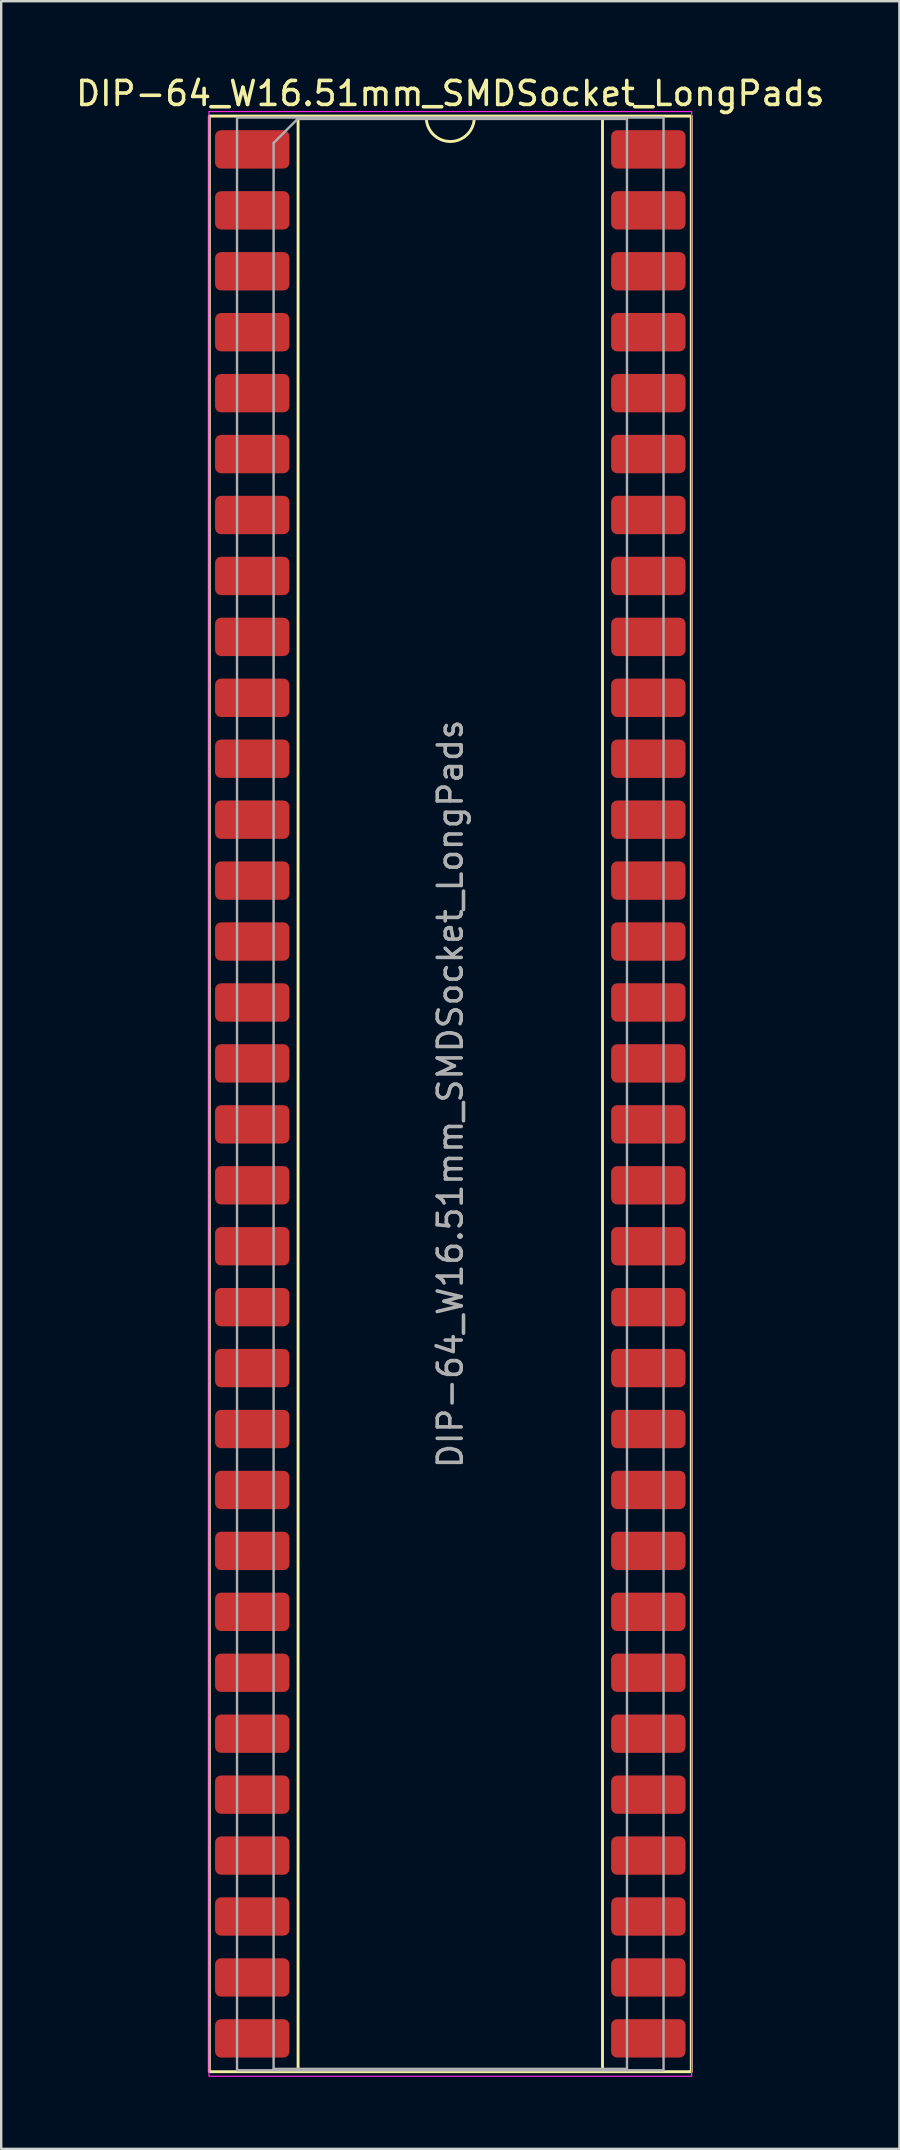
<source format=kicad_pcb>
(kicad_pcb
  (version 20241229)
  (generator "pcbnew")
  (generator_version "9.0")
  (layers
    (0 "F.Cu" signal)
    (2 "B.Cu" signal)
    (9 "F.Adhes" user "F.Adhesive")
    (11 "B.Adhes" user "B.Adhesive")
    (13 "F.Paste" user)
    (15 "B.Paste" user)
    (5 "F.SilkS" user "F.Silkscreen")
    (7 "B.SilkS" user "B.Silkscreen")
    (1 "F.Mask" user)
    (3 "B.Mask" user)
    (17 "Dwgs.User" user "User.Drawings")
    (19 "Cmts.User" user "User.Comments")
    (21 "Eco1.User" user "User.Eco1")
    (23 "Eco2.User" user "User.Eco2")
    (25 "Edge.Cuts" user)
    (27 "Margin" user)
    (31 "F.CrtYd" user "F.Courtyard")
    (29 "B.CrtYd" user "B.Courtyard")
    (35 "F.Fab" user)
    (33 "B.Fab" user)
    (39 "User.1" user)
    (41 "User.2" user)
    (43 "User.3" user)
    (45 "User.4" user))
  (footprint "DIP-64_W16.51mm_SMDSocket_LongPads"
    (layer "F.Cu")
    (at 15.72 42.548)
    (property "Reference" "DIP-64_W16.51mm_SMDSocket_LongPads" (at 0 -41.7 0) (layer "F.SilkS") (effects (font (size 1 1) (thickness 0.15))))
    (attr smd)
    (fp_line (start -6.345 -40.7) (end -6.345 40.7) (stroke (width 0.12) (type solid)) (layer "F.SilkS"))
    (fp_line (start -6.345 40.7) (end 6.345 40.7) (stroke (width 0.12) (type solid)) (layer "F.SilkS"))
    (fp_line (start -1 -40.7) (end -6.345 -40.7) (stroke (width 0.12) (type solid)) (layer "F.SilkS"))
    (fp_line (start 6.345 -40.7) (end 1 -40.7) (stroke (width 0.12) (type solid)) (layer "F.SilkS"))
    (fp_line (start 6.345 40.7) (end 6.345 -40.7) (stroke (width 0.12) (type solid)) (layer "F.SilkS"))
    (fp_rect (start -10.045 -40.76) (end 10.045 40.76) (stroke (width 0.12) (type solid)) (fill no) (layer "F.SilkS"))
    (fp_arc (start 1 -40.7) (mid 0 -39.7) (end -1 -40.7) (stroke (width 0.12) (type solid)) (layer "F.SilkS"))
    (fp_rect (start -10.06 -40.95) (end 10.06 40.95) (stroke (width 0.05) (type solid)) (fill no) (layer "F.CrtYd"))
    (fp_line (start -7.365 -39.64) (end -6.365 -40.64) (stroke (width 0.1) (type solid)) (layer "F.Fab"))
    (fp_line (start -7.365 40.64) (end -7.365 -39.64) (stroke (width 0.1) (type solid)) (layer "F.Fab"))
    (fp_line (start -6.365 -40.64) (end 7.365 -40.64) (stroke (width 0.1) (type solid)) (layer "F.Fab"))
    (fp_line (start 7.365 -40.64) (end 7.365 40.64) (stroke (width 0.1) (type solid)) (layer "F.Fab"))
    (fp_line (start 7.365 40.64) (end -7.365 40.64) (stroke (width 0.1) (type solid)) (layer "F.Fab"))
    (fp_rect (start -8.89 -40.7) (end 8.89 40.7) (stroke (width 0.1) (type solid)) (fill no) (layer "F.Fab"))
    (fp_text user "${REFERENCE}" (at 0 0 90) (layer "F.Fab") (effects (font (size 1 1) (thickness 0.15))))
    (pad "1" smd roundrect (at -8.255 -39.37) (size 3.1 1.6) (layers "F.Cu" "F.Mask" "F.Paste") (roundrect_rratio 0.156))
    (pad "2" smd roundrect (at -8.255 -36.83) (size 3.1 1.6) (layers "F.Cu" "F.Mask" "F.Paste") (roundrect_rratio 0.156))
    (pad "3" smd roundrect (at -8.255 -34.29) (size 3.1 1.6) (layers "F.Cu" "F.Mask" "F.Paste") (roundrect_rratio 0.156))
    (pad "4" smd roundrect (at -8.255 -31.75) (size 3.1 1.6) (layers "F.Cu" "F.Mask" "F.Paste") (roundrect_rratio 0.156))
    (pad "5" smd roundrect (at -8.255 -29.21) (size 3.1 1.6) (layers "F.Cu" "F.Mask" "F.Paste") (roundrect_rratio 0.156))
    (pad "6" smd roundrect (at -8.255 -26.67) (size 3.1 1.6) (layers "F.Cu" "F.Mask" "F.Paste") (roundrect_rratio 0.156))
    (pad "7" smd roundrect (at -8.255 -24.13) (size 3.1 1.6) (layers "F.Cu" "F.Mask" "F.Paste") (roundrect_rratio 0.156))
    (pad "8" smd roundrect (at -8.255 -21.59) (size 3.1 1.6) (layers "F.Cu" "F.Mask" "F.Paste") (roundrect_rratio 0.156))
    (pad "9" smd roundrect (at -8.255 -19.05) (size 3.1 1.6) (layers "F.Cu" "F.Mask" "F.Paste") (roundrect_rratio 0.156))
    (pad "10" smd roundrect (at -8.255 -16.51) (size 3.1 1.6) (layers "F.Cu" "F.Mask" "F.Paste") (roundrect_rratio 0.156))
    (pad "11" smd roundrect (at -8.255 -13.97) (size 3.1 1.6) (layers "F.Cu" "F.Mask" "F.Paste") (roundrect_rratio 0.156))
    (pad "12" smd roundrect (at -8.255 -11.43) (size 3.1 1.6) (layers "F.Cu" "F.Mask" "F.Paste") (roundrect_rratio 0.156))
    (pad "13" smd roundrect (at -8.255 -8.89) (size 3.1 1.6) (layers "F.Cu" "F.Mask" "F.Paste") (roundrect_rratio 0.156))
    (pad "14" smd roundrect (at -8.255 -6.35) (size 3.1 1.6) (layers "F.Cu" "F.Mask" "F.Paste") (roundrect_rratio 0.156))
    (pad "15" smd roundrect (at -8.255 -3.81) (size 3.1 1.6) (layers "F.Cu" "F.Mask" "F.Paste") (roundrect_rratio 0.156))
    (pad "16" smd roundrect (at -8.255 -1.27) (size 3.1 1.6) (layers "F.Cu" "F.Mask" "F.Paste") (roundrect_rratio 0.156))
    (pad "17" smd roundrect (at -8.255 1.27) (size 3.1 1.6) (layers "F.Cu" "F.Mask" "F.Paste") (roundrect_rratio 0.156))
    (pad "18" smd roundrect (at -8.255 3.81) (size 3.1 1.6) (layers "F.Cu" "F.Mask" "F.Paste") (roundrect_rratio 0.156))
    (pad "19" smd roundrect (at -8.255 6.35) (size 3.1 1.6) (layers "F.Cu" "F.Mask" "F.Paste") (roundrect_rratio 0.156))
    (pad "20" smd roundrect (at -8.255 8.89) (size 3.1 1.6) (layers "F.Cu" "F.Mask" "F.Paste") (roundrect_rratio 0.156))
    (pad "21" smd roundrect (at -8.255 11.43) (size 3.1 1.6) (layers "F.Cu" "F.Mask" "F.Paste") (roundrect_rratio 0.156))
    (pad "22" smd roundrect (at -8.255 13.97) (size 3.1 1.6) (layers "F.Cu" "F.Mask" "F.Paste") (roundrect_rratio 0.156))
    (pad "23" smd roundrect (at -8.255 16.51) (size 3.1 1.6) (layers "F.Cu" "F.Mask" "F.Paste") (roundrect_rratio 0.156))
    (pad "24" smd roundrect (at -8.255 19.05) (size 3.1 1.6) (layers "F.Cu" "F.Mask" "F.Paste") (roundrect_rratio 0.156))
    (pad "25" smd roundrect (at -8.255 21.59) (size 3.1 1.6) (layers "F.Cu" "F.Mask" "F.Paste") (roundrect_rratio 0.156))
    (pad "26" smd roundrect (at -8.255 24.13) (size 3.1 1.6) (layers "F.Cu" "F.Mask" "F.Paste") (roundrect_rratio 0.156))
    (pad "27" smd roundrect (at -8.255 26.67) (size 3.1 1.6) (layers "F.Cu" "F.Mask" "F.Paste") (roundrect_rratio 0.156))
    (pad "28" smd roundrect (at -8.255 29.21) (size 3.1 1.6) (layers "F.Cu" "F.Mask" "F.Paste") (roundrect_rratio 0.156))
    (pad "29" smd roundrect (at -8.255 31.75) (size 3.1 1.6) (layers "F.Cu" "F.Mask" "F.Paste") (roundrect_rratio 0.156))
    (pad "30" smd roundrect (at -8.255 34.29) (size 3.1 1.6) (layers "F.Cu" "F.Mask" "F.Paste") (roundrect_rratio 0.156))
    (pad "31" smd roundrect (at -8.255 36.83) (size 3.1 1.6) (layers "F.Cu" "F.Mask" "F.Paste") (roundrect_rratio 0.156))
    (pad "32" smd roundrect (at -8.255 39.37) (size 3.1 1.6) (layers "F.Cu" "F.Mask" "F.Paste") (roundrect_rratio 0.156))
    (pad "33" smd roundrect (at 8.255 39.37) (size 3.1 1.6) (layers "F.Cu" "F.Mask" "F.Paste") (roundrect_rratio 0.156))
    (pad "34" smd roundrect (at 8.255 36.83) (size 3.1 1.6) (layers "F.Cu" "F.Mask" "F.Paste") (roundrect_rratio 0.156))
    (pad "35" smd roundrect (at 8.255 34.29) (size 3.1 1.6) (layers "F.Cu" "F.Mask" "F.Paste") (roundrect_rratio 0.156))
    (pad "36" smd roundrect (at 8.255 31.75) (size 3.1 1.6) (layers "F.Cu" "F.Mask" "F.Paste") (roundrect_rratio 0.156))
    (pad "37" smd roundrect (at 8.255 29.21) (size 3.1 1.6) (layers "F.Cu" "F.Mask" "F.Paste") (roundrect_rratio 0.156))
    (pad "38" smd roundrect (at 8.255 26.67) (size 3.1 1.6) (layers "F.Cu" "F.Mask" "F.Paste") (roundrect_rratio 0.156))
    (pad "39" smd roundrect (at 8.255 24.13) (size 3.1 1.6) (layers "F.Cu" "F.Mask" "F.Paste") (roundrect_rratio 0.156))
    (pad "40" smd roundrect (at 8.255 21.59) (size 3.1 1.6) (layers "F.Cu" "F.Mask" "F.Paste") (roundrect_rratio 0.156))
    (pad "41" smd roundrect (at 8.255 19.05) (size 3.1 1.6) (layers "F.Cu" "F.Mask" "F.Paste") (roundrect_rratio 0.156))
    (pad "42" smd roundrect (at 8.255 16.51) (size 3.1 1.6) (layers "F.Cu" "F.Mask" "F.Paste") (roundrect_rratio 0.156))
    (pad "43" smd roundrect (at 8.255 13.97) (size 3.1 1.6) (layers "F.Cu" "F.Mask" "F.Paste") (roundrect_rratio 0.156))
    (pad "44" smd roundrect (at 8.255 11.43) (size 3.1 1.6) (layers "F.Cu" "F.Mask" "F.Paste") (roundrect_rratio 0.156))
    (pad "45" smd roundrect (at 8.255 8.89) (size 3.1 1.6) (layers "F.Cu" "F.Mask" "F.Paste") (roundrect_rratio 0.156))
    (pad "46" smd roundrect (at 8.255 6.35) (size 3.1 1.6) (layers "F.Cu" "F.Mask" "F.Paste") (roundrect_rratio 0.156))
    (pad "47" smd roundrect (at 8.255 3.81) (size 3.1 1.6) (layers "F.Cu" "F.Mask" "F.Paste") (roundrect_rratio 0.156))
    (pad "48" smd roundrect (at 8.255 1.27) (size 3.1 1.6) (layers "F.Cu" "F.Mask" "F.Paste") (roundrect_rratio 0.156))
    (pad "49" smd roundrect (at 8.255 -1.27) (size 3.1 1.6) (layers "F.Cu" "F.Mask" "F.Paste") (roundrect_rratio 0.156))
    (pad "50" smd roundrect (at 8.255 -3.81) (size 3.1 1.6) (layers "F.Cu" "F.Mask" "F.Paste") (roundrect_rratio 0.156))
    (pad "51" smd roundrect (at 8.255 -6.35) (size 3.1 1.6) (layers "F.Cu" "F.Mask" "F.Paste") (roundrect_rratio 0.156))
    (pad "52" smd roundrect (at 8.255 -8.89) (size 3.1 1.6) (layers "F.Cu" "F.Mask" "F.Paste") (roundrect_rratio 0.156))
    (pad "53" smd roundrect (at 8.255 -11.43) (size 3.1 1.6) (layers "F.Cu" "F.Mask" "F.Paste") (roundrect_rratio 0.156))
    (pad "54" smd roundrect (at 8.255 -13.97) (size 3.1 1.6) (layers "F.Cu" "F.Mask" "F.Paste") (roundrect_rratio 0.156))
    (pad "55" smd roundrect (at 8.255 -16.51) (size 3.1 1.6) (layers "F.Cu" "F.Mask" "F.Paste") (roundrect_rratio 0.156))
    (pad "56" smd roundrect (at 8.255 -19.05) (size 3.1 1.6) (layers "F.Cu" "F.Mask" "F.Paste") (roundrect_rratio 0.156))
    (pad "57" smd roundrect (at 8.255 -21.59) (size 3.1 1.6) (layers "F.Cu" "F.Mask" "F.Paste") (roundrect_rratio 0.156))
    (pad "58" smd roundrect (at 8.255 -24.13) (size 3.1 1.6) (layers "F.Cu" "F.Mask" "F.Paste") (roundrect_rratio 0.156))
    (pad "59" smd roundrect (at 8.255 -26.67) (size 3.1 1.6) (layers "F.Cu" "F.Mask" "F.Paste") (roundrect_rratio 0.156))
    (pad "60" smd roundrect (at 8.255 -29.21) (size 3.1 1.6) (layers "F.Cu" "F.Mask" "F.Paste") (roundrect_rratio 0.156))
    (pad "61" smd roundrect (at 8.255 -31.75) (size 3.1 1.6) (layers "F.Cu" "F.Mask" "F.Paste") (roundrect_rratio 0.156))
    (pad "62" smd roundrect (at 8.255 -34.29) (size 3.1 1.6) (layers "F.Cu" "F.Mask" "F.Paste") (roundrect_rratio 0.156))
    (pad "63" smd roundrect (at 8.255 -36.83) (size 3.1 1.6) (layers "F.Cu" "F.Mask" "F.Paste") (roundrect_rratio 0.156))
    (pad "64" smd roundrect (at 8.255 -39.37) (size 3.1 1.6) (layers "F.Cu" "F.Mask" "F.Paste") (roundrect_rratio 0.156)))
  (gr_rect
    (start -3 -3)
    (end 34.44 86.523)
    (stroke (width 0.1) (type default))
    (fill no)
    (layer "Edge.Cuts")))
</source>
